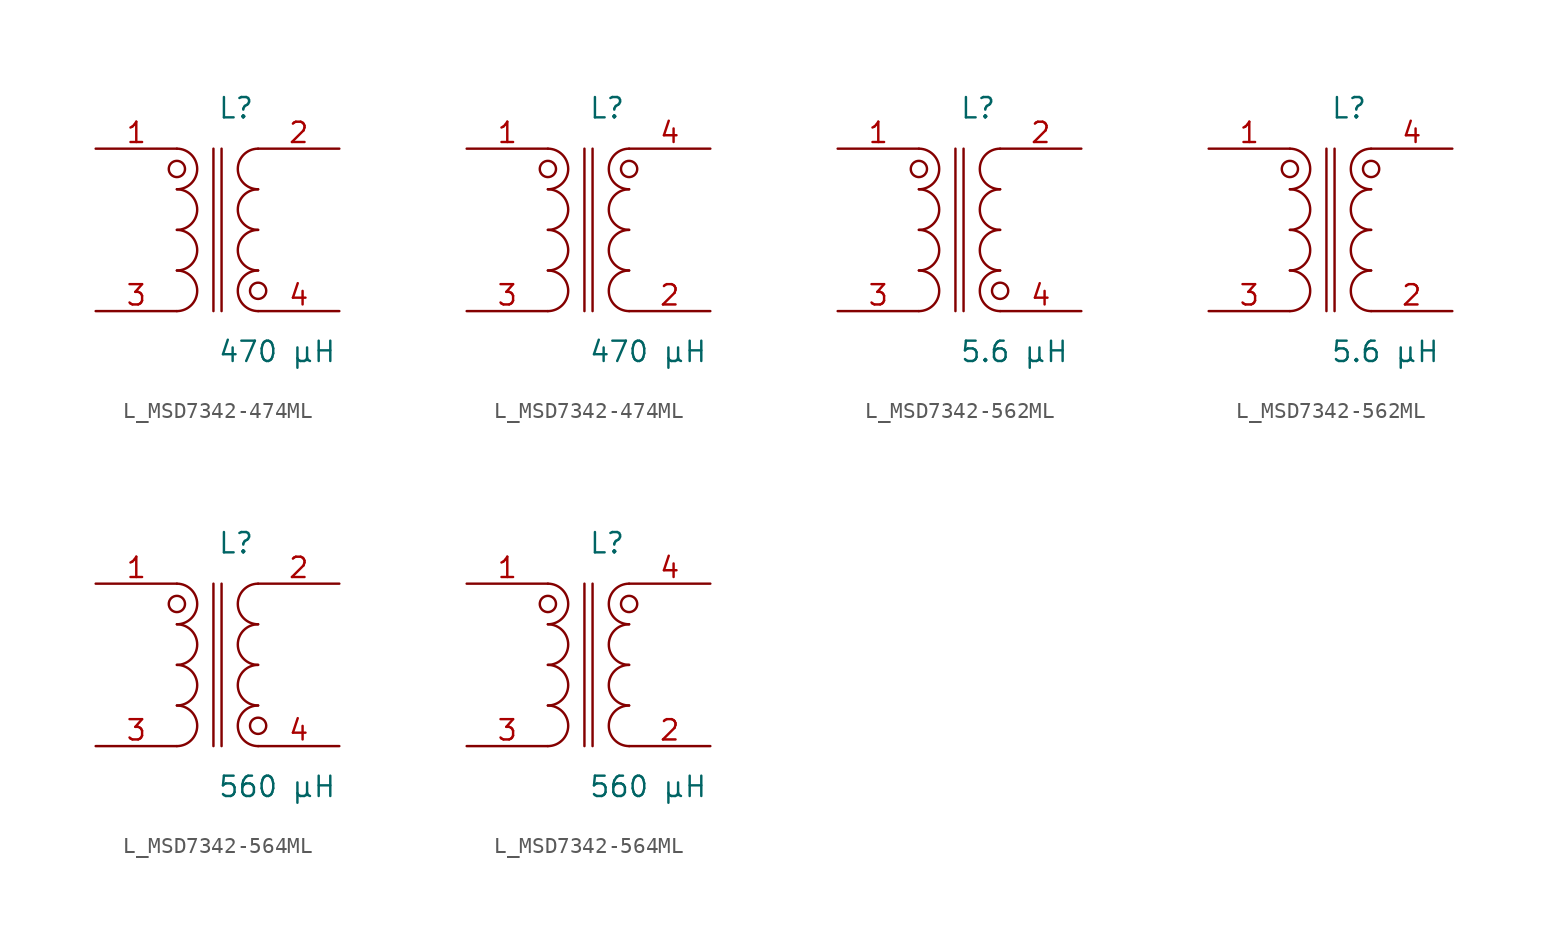
<source format=kicad_sym>
(kicad_symbol_lib
  (version 20231120)
  (generator kicad_symbol_editor)
  (generator_version 8.0)
  (symbol "L_MSD7342-474ML"
    (pin_names
      (offset 0.254))
    (property "Reference" "L"
      (at 0 7.62 0)
      (effects (font (size 1.27 1.27)) (justify left)))
    (property "Value" "470 µH"
      (at 0 -7.62 0)
      (effects (font (size 1.27 1.27)) (justify left)))
    (symbol "L_MSD7342-474ML_1_1"
      (arc (start -2.54 -5.08) (mid -1.27 -3.81) (end -2.54 -2.54) (stroke (width 0) (type default)) (fill (type none)))
      (arc (start -2.54 -2.54) (mid -1.27 -1.27) (end -2.54 0.0) (stroke (width 0) (type default)) (fill (type none)))
      (arc (start -2.54 0.0) (mid -1.27 1.27) (end -2.54 2.54) (stroke (width 0) (type default)) (fill (type none)))
      (arc (start -2.54 2.54) (mid -1.27 3.81) (end -2.54 5.08) (stroke (width 0) (type default)) (fill (type none)))
      (arc (start 2.54 -5.08) (mid 1.27 -3.81) (end 2.54 -2.54) (stroke (width 0) (type default)) (fill (type none)))
      (arc (start 2.54 -2.54) (mid 1.27 -1.27) (end 2.54 0.0) (stroke (width 0) (type default)) (fill (type none)))
      (arc (start 2.54 0.0) (mid 1.27 1.27) (end 2.54 2.54) (stroke (width 0) (type default)) (fill (type none)))
      (arc (start 2.54 2.54) (mid 1.27 3.81) (end 2.54 5.08) (stroke (width 0) (type default)) (fill (type none)))
      (circle (center -2.54 3.81) (radius 0.508) (stroke (width 0) (type default)) (fill (type none)))
      (circle (center 2.54 -3.81) (radius 0.508) (stroke (width 0) (type default)) (fill (type none)))
      (polyline (pts (xy -0.254 5.08) (xy -0.254 -5.08)) (stroke (width 0) (type default)) (fill (type none)))
      (polyline (pts (xy 0.254 5.08) (xy 0.254 -5.08)) (stroke (width 0) (type default)) (fill (type none)))
      (pin passive line (at -7.62 5.08 0) (length 5.08) (name "" (effects (font (size 1.27 1.27)))) (number "1" (effects (font (size 1.27 1.27)))))
      (pin passive line (at -7.62 -5.08 0) (length 5.08) (name "" (effects (font (size 1.27 1.27)))) (number "3" (effects (font (size 1.27 1.27)))))
      (pin passive line (at 7.62 5.08 180) (length 5.08) (name "" (effects (font (size 1.27 1.27)))) (number "2" (effects (font (size 1.27 1.27)))))
      (pin passive line (at 7.62 -5.08 180) (length 5.08) (name "" (effects (font (size 1.27 1.27)))) (number "4" (effects (font (size 1.27 1.27))))))
    (symbol "L_MSD7342-474ML_1_2"
      (arc (start -2.54 -5.08) (mid -1.27 -3.81) (end -2.54 -2.54) (stroke (width 0) (type default)) (fill (type none)))
      (arc (start -2.54 -2.54) (mid -1.27 -1.27) (end -2.54 0.0) (stroke (width 0) (type default)) (fill (type none)))
      (arc (start -2.54 0.0) (mid -1.27 1.27) (end -2.54 2.54) (stroke (width 0) (type default)) (fill (type none)))
      (arc (start -2.54 2.54) (mid -1.27 3.81) (end -2.54 5.08) (stroke (width 0) (type default)) (fill (type none)))
      (arc (start 2.54 -5.08) (mid 1.27 -3.81) (end 2.54 -2.54) (stroke (width 0) (type default)) (fill (type none)))
      (arc (start 2.54 -2.54) (mid 1.27 -1.27) (end 2.54 0.0) (stroke (width 0) (type default)) (fill (type none)))
      (arc (start 2.54 0.0) (mid 1.27 1.27) (end 2.54 2.54) (stroke (width 0) (type default)) (fill (type none)))
      (arc (start 2.54 2.54) (mid 1.27 3.81) (end 2.54 5.08) (stroke (width 0) (type default)) (fill (type none)))
      (circle (center -2.54 3.81) (radius 0.508) (stroke (width 0) (type default)) (fill (type none)))
      (circle (center 2.54 3.81) (radius 0.508) (stroke (width 0) (type default)) (fill (type none)))
      (polyline (pts (xy -0.254 5.08) (xy -0.254 -5.08)) (stroke (width 0) (type default)) (fill (type none)))
      (polyline (pts (xy 0.254 5.08) (xy 0.254 -5.08)) (stroke (width 0) (type default)) (fill (type none)))
      (pin passive line (at -7.62 5.08 0) (length 5.08) (name "" (effects (font (size 1.27 1.27)))) (number "1" (effects (font (size 1.27 1.27)))))
      (pin passive line (at -7.62 -5.08 0) (length 5.08) (name "" (effects (font (size 1.27 1.27)))) (number "3" (effects (font (size 1.27 1.27)))))
      (pin passive line (at 7.62 -5.08 180) (length 5.08) (name "" (effects (font (size 1.27 1.27)))) (number "2" (effects (font (size 1.27 1.27)))))
      (pin passive line (at 7.62 5.08 180) (length 5.08) (name "" (effects (font (size 1.27 1.27)))) (number "4" (effects (font (size 1.27 1.27)))))))
  (symbol "L_MSD7342-562ML"
    (pin_names
      (offset 0.254))
    (property "Reference" "L"
      (at 0 7.62 0)
      (effects (font (size 1.27 1.27)) (justify left)))
    (property "Value" "5.6 µH"
      (at 0 -7.62 0)
      (effects (font (size 1.27 1.27)) (justify left)))
    (symbol "L_MSD7342-562ML_1_1"
      (arc (start -2.54 -5.08) (mid -1.27 -3.81) (end -2.54 -2.54) (stroke (width 0) (type default)) (fill (type none)))
      (arc (start -2.54 -2.54) (mid -1.27 -1.27) (end -2.54 0.0) (stroke (width 0) (type default)) (fill (type none)))
      (arc (start -2.54 0.0) (mid -1.27 1.27) (end -2.54 2.54) (stroke (width 0) (type default)) (fill (type none)))
      (arc (start -2.54 2.54) (mid -1.27 3.81) (end -2.54 5.08) (stroke (width 0) (type default)) (fill (type none)))
      (arc (start 2.54 -5.08) (mid 1.27 -3.81) (end 2.54 -2.54) (stroke (width 0) (type default)) (fill (type none)))
      (arc (start 2.54 -2.54) (mid 1.27 -1.27) (end 2.54 0.0) (stroke (width 0) (type default)) (fill (type none)))
      (arc (start 2.54 0.0) (mid 1.27 1.27) (end 2.54 2.54) (stroke (width 0) (type default)) (fill (type none)))
      (arc (start 2.54 2.54) (mid 1.27 3.81) (end 2.54 5.08) (stroke (width 0) (type default)) (fill (type none)))
      (circle (center -2.54 3.81) (radius 0.508) (stroke (width 0) (type default)) (fill (type none)))
      (circle (center 2.54 -3.81) (radius 0.508) (stroke (width 0) (type default)) (fill (type none)))
      (polyline (pts (xy -0.254 5.08) (xy -0.254 -5.08)) (stroke (width 0) (type default)) (fill (type none)))
      (polyline (pts (xy 0.254 5.08) (xy 0.254 -5.08)) (stroke (width 0) (type default)) (fill (type none)))
      (pin passive line (at -7.62 5.08 0) (length 5.08) (name "" (effects (font (size 1.27 1.27)))) (number "1" (effects (font (size 1.27 1.27)))))
      (pin passive line (at -7.62 -5.08 0) (length 5.08) (name "" (effects (font (size 1.27 1.27)))) (number "3" (effects (font (size 1.27 1.27)))))
      (pin passive line (at 7.62 5.08 180) (length 5.08) (name "" (effects (font (size 1.27 1.27)))) (number "2" (effects (font (size 1.27 1.27)))))
      (pin passive line (at 7.62 -5.08 180) (length 5.08) (name "" (effects (font (size 1.27 1.27)))) (number "4" (effects (font (size 1.27 1.27))))))
    (symbol "L_MSD7342-562ML_1_2"
      (arc (start -2.54 -5.08) (mid -1.27 -3.81) (end -2.54 -2.54) (stroke (width 0) (type default)) (fill (type none)))
      (arc (start -2.54 -2.54) (mid -1.27 -1.27) (end -2.54 0.0) (stroke (width 0) (type default)) (fill (type none)))
      (arc (start -2.54 0.0) (mid -1.27 1.27) (end -2.54 2.54) (stroke (width 0) (type default)) (fill (type none)))
      (arc (start -2.54 2.54) (mid -1.27 3.81) (end -2.54 5.08) (stroke (width 0) (type default)) (fill (type none)))
      (arc (start 2.54 -5.08) (mid 1.27 -3.81) (end 2.54 -2.54) (stroke (width 0) (type default)) (fill (type none)))
      (arc (start 2.54 -2.54) (mid 1.27 -1.27) (end 2.54 0.0) (stroke (width 0) (type default)) (fill (type none)))
      (arc (start 2.54 0.0) (mid 1.27 1.27) (end 2.54 2.54) (stroke (width 0) (type default)) (fill (type none)))
      (arc (start 2.54 2.54) (mid 1.27 3.81) (end 2.54 5.08) (stroke (width 0) (type default)) (fill (type none)))
      (circle (center -2.54 3.81) (radius 0.508) (stroke (width 0) (type default)) (fill (type none)))
      (circle (center 2.54 3.81) (radius 0.508) (stroke (width 0) (type default)) (fill (type none)))
      (polyline (pts (xy -0.254 5.08) (xy -0.254 -5.08)) (stroke (width 0) (type default)) (fill (type none)))
      (polyline (pts (xy 0.254 5.08) (xy 0.254 -5.08)) (stroke (width 0) (type default)) (fill (type none)))
      (pin passive line (at -7.62 5.08 0) (length 5.08) (name "" (effects (font (size 1.27 1.27)))) (number "1" (effects (font (size 1.27 1.27)))))
      (pin passive line (at -7.62 -5.08 0) (length 5.08) (name "" (effects (font (size 1.27 1.27)))) (number "3" (effects (font (size 1.27 1.27)))))
      (pin passive line (at 7.62 -5.08 180) (length 5.08) (name "" (effects (font (size 1.27 1.27)))) (number "2" (effects (font (size 1.27 1.27)))))
      (pin passive line (at 7.62 5.08 180) (length 5.08) (name "" (effects (font (size 1.27 1.27)))) (number "4" (effects (font (size 1.27 1.27)))))))
  (symbol "L_MSD7342-564ML"
    (pin_names
      (offset 0.254))
    (property "Reference" "L"
      (at 0 7.62 0)
      (effects (font (size 1.27 1.27)) (justify left)))
    (property "Value" "560 µH"
      (at 0 -7.62 0)
      (effects (font (size 1.27 1.27)) (justify left)))
    (symbol "L_MSD7342-564ML_1_1"
      (arc (start -2.54 -5.08) (mid -1.27 -3.81) (end -2.54 -2.54) (stroke (width 0) (type default)) (fill (type none)))
      (arc (start -2.54 -2.54) (mid -1.27 -1.27) (end -2.54 0.0) (stroke (width 0) (type default)) (fill (type none)))
      (arc (start -2.54 0.0) (mid -1.27 1.27) (end -2.54 2.54) (stroke (width 0) (type default)) (fill (type none)))
      (arc (start -2.54 2.54) (mid -1.27 3.81) (end -2.54 5.08) (stroke (width 0) (type default)) (fill (type none)))
      (arc (start 2.54 -5.08) (mid 1.27 -3.81) (end 2.54 -2.54) (stroke (width 0) (type default)) (fill (type none)))
      (arc (start 2.54 -2.54) (mid 1.27 -1.27) (end 2.54 0.0) (stroke (width 0) (type default)) (fill (type none)))
      (arc (start 2.54 0.0) (mid 1.27 1.27) (end 2.54 2.54) (stroke (width 0) (type default)) (fill (type none)))
      (arc (start 2.54 2.54) (mid 1.27 3.81) (end 2.54 5.08) (stroke (width 0) (type default)) (fill (type none)))
      (circle (center -2.54 3.81) (radius 0.508) (stroke (width 0) (type default)) (fill (type none)))
      (circle (center 2.54 -3.81) (radius 0.508) (stroke (width 0) (type default)) (fill (type none)))
      (polyline (pts (xy -0.254 5.08) (xy -0.254 -5.08)) (stroke (width 0) (type default)) (fill (type none)))
      (polyline (pts (xy 0.254 5.08) (xy 0.254 -5.08)) (stroke (width 0) (type default)) (fill (type none)))
      (pin passive line (at -7.62 5.08 0) (length 5.08) (name "" (effects (font (size 1.27 1.27)))) (number "1" (effects (font (size 1.27 1.27)))))
      (pin passive line (at -7.62 -5.08 0) (length 5.08) (name "" (effects (font (size 1.27 1.27)))) (number "3" (effects (font (size 1.27 1.27)))))
      (pin passive line (at 7.62 5.08 180) (length 5.08) (name "" (effects (font (size 1.27 1.27)))) (number "2" (effects (font (size 1.27 1.27)))))
      (pin passive line (at 7.62 -5.08 180) (length 5.08) (name "" (effects (font (size 1.27 1.27)))) (number "4" (effects (font (size 1.27 1.27))))))
    (symbol "L_MSD7342-564ML_1_2"
      (arc (start -2.54 -5.08) (mid -1.27 -3.81) (end -2.54 -2.54) (stroke (width 0) (type default)) (fill (type none)))
      (arc (start -2.54 -2.54) (mid -1.27 -1.27) (end -2.54 0.0) (stroke (width 0) (type default)) (fill (type none)))
      (arc (start -2.54 0.0) (mid -1.27 1.27) (end -2.54 2.54) (stroke (width 0) (type default)) (fill (type none)))
      (arc (start -2.54 2.54) (mid -1.27 3.81) (end -2.54 5.08) (stroke (width 0) (type default)) (fill (type none)))
      (arc (start 2.54 -5.08) (mid 1.27 -3.81) (end 2.54 -2.54) (stroke (width 0) (type default)) (fill (type none)))
      (arc (start 2.54 -2.54) (mid 1.27 -1.27) (end 2.54 0.0) (stroke (width 0) (type default)) (fill (type none)))
      (arc (start 2.54 0.0) (mid 1.27 1.27) (end 2.54 2.54) (stroke (width 0) (type default)) (fill (type none)))
      (arc (start 2.54 2.54) (mid 1.27 3.81) (end 2.54 5.08) (stroke (width 0) (type default)) (fill (type none)))
      (circle (center -2.54 3.81) (radius 0.508) (stroke (width 0) (type default)) (fill (type none)))
      (circle (center 2.54 3.81) (radius 0.508) (stroke (width 0) (type default)) (fill (type none)))
      (polyline (pts (xy -0.254 5.08) (xy -0.254 -5.08)) (stroke (width 0) (type default)) (fill (type none)))
      (polyline (pts (xy 0.254 5.08) (xy 0.254 -5.08)) (stroke (width 0) (type default)) (fill (type none)))
      (pin passive line (at -7.62 5.08 0) (length 5.08) (name "" (effects (font (size 1.27 1.27)))) (number "1" (effects (font (size 1.27 1.27)))))
      (pin passive line (at -7.62 -5.08 0) (length 5.08) (name "" (effects (font (size 1.27 1.27)))) (number "3" (effects (font (size 1.27 1.27)))))
      (pin passive line (at 7.62 -5.08 180) (length 5.08) (name "" (effects (font (size 1.27 1.27)))) (number "2" (effects (font (size 1.27 1.27)))))
      (pin passive line (at 7.62 5.08 180) (length 5.08) (name "" (effects (font (size 1.27 1.27)))) (number "4" (effects (font (size 1.27 1.27))))))))
</source>
